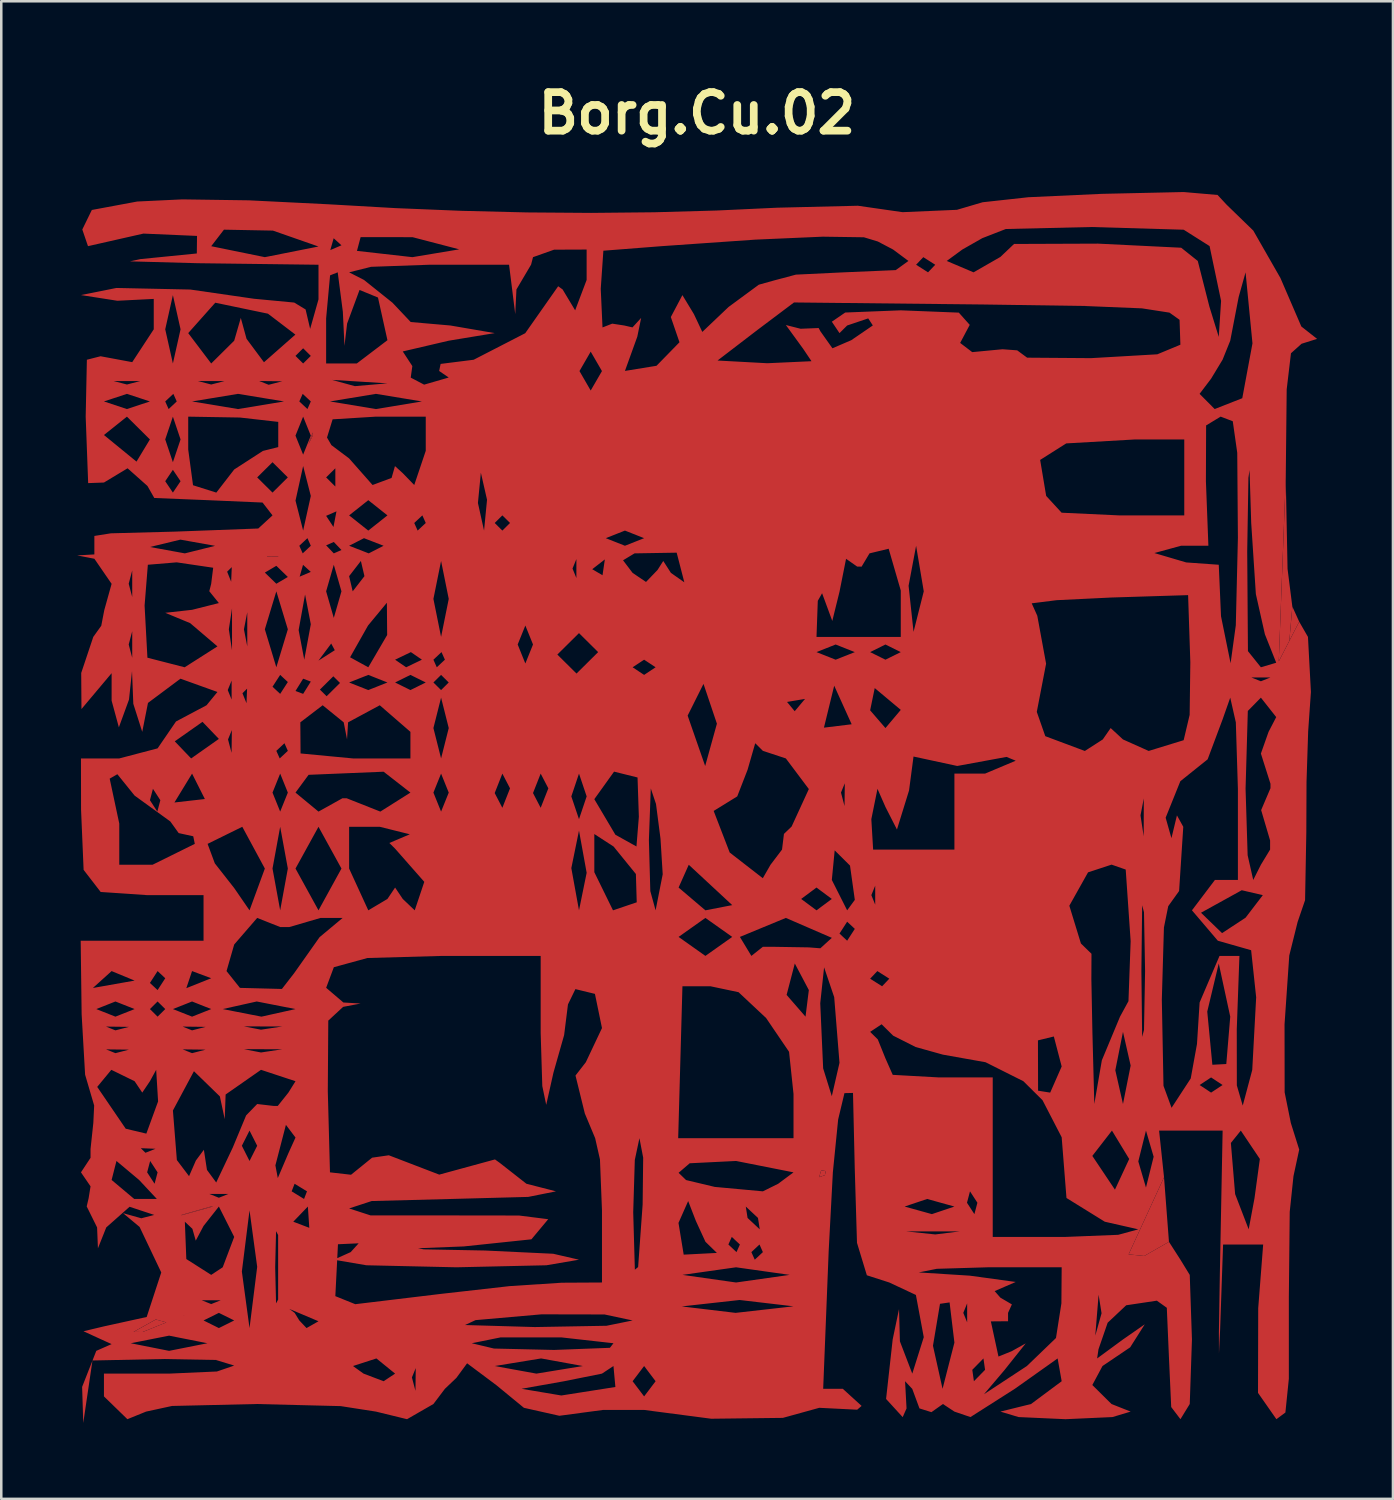
<source format=kicad_pcb>
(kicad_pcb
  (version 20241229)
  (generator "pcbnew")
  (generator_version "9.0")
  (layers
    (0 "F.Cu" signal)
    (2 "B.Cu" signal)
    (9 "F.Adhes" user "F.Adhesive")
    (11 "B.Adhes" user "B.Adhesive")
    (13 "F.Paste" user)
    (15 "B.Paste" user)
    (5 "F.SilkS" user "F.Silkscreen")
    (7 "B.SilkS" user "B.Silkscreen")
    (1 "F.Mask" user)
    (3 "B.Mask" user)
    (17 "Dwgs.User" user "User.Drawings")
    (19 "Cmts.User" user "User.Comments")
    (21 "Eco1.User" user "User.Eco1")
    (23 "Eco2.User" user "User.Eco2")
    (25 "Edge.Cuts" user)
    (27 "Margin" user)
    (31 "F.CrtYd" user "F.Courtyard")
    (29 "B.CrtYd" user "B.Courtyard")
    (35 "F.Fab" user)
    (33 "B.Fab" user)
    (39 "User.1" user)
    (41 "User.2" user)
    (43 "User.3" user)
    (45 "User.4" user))
  (footprint "Borg.Cu.02"
    (layer "F.Cu")
    (at 24.504 28.923)
    (property "Reference" "Borg.Cu.02" (at 0 -27.496 0) (layer "F.SilkS") (effects (font (size 1.524 1.524) (thickness 0.305))))
    (attr smd)
    (fp_poly (pts (xy -24.307 22.865) (xy -23.747 21.439) (xy -12.671 21.739) (xy -13.598 22.039) (xy -13.179 22.339) (xy -12.386 22.64) (xy -11.932 22.339) (xy -12.671 21.739) (xy -23.747 21.439) (xy -6.158 21.739) (xy -7.994 22.039) (xy -6.345 22.339) (xy -4.51 22.039) (xy -6.158 21.739) (xy -23.747 21.439) (xy -22.384 21.138) (xy -20.869 21.439) (xy -19.354 21.138) (xy -20.869 20.838) (xy -22.384 21.138) (xy -23.747 21.439) (xy -18.9 19.937) (xy -19.506 20.237) (xy -18.9 20.538) (xy -18.294 20.237) (xy -18.9 19.937) (xy -23.747 21.439) (xy -18.824 19.438) (xy -19.581 19.438) (xy -19.203 19.589) (xy -18.824 19.438) (xy -23.747 21.439) (xy -23.141 21.172) (xy -17.991 18.303) (xy -17.688 20.538) (xy -17.385 18.117) (xy -17.688 15.883) (xy -17.991 18.303) (xy -23.141 21.172) (xy -19.203 18.435) (xy -18.748 18.135) (xy -18.294 16.934) (xy -18.9 15.733) (xy -19.506 16.501) (xy -19.814 17.081) (xy -19.947 16.613) (xy -20.245 16.333) (xy -20.187 17.809) (xy -19.203 18.435) (xy -23.141 21.172) (xy -23.639 20.946) (xy -15.434 20.538) (xy -14.961 20.269) (xy -16.116 19.78) (xy -15.903 19.937) (xy -15.719 20.237) (xy -15.434 20.538) (xy -23.639 20.946) (xy -8.751 20.224) (xy -9.167 20.418) (xy -6.403 20.498) (xy -3.572 20.447) (xy -2.541 20.237) (xy -2.541 20.237) (xy -3.652 20) (xy -6.143 19.995) (xy -8.751 20.224) (xy -23.639 20.946) (xy -24.253 20.664) (xy -5.365 20.906) (xy -7.756 20.906) (xy -8.902 21.138) (xy -8.022 21.348) (xy -5.646 21.403) (xy -3.439 21.319) (xy -3.298 21.138) (xy -5.365 20.906) (xy -24.253 20.664) (xy -23.452 20.473) (xy -21.754 20.1) (xy -11.127 23.021) (xy -11.116 22.12) (xy -11.116 22.12) (xy -11.267 22.49) (xy -11.127 23.021) (xy -21.754 20.1) (xy -19.493 13.488) (xy -19.371 14.284) (xy -19.005 14.782) (xy -18.352 13.403) (xy -17.822 12.129) (xy -17.385 11.679) (xy -16.744 11.754) (xy -16.57 11.754) (xy -16.151 11.228) (xy -15.87 10.778) (xy -17.234 10.327) (xy -18.633 11.303) (xy -18.668 12.279) (xy -18.861 11.378) (xy -19.886 10.382) (xy -20.717 11.935) (xy -20.561 13.895) (xy -20.079 14.532) (xy -19.809 13.913) (xy -19.493 13.488) (xy -21.754 20.1) (xy -21.178 18.339) (xy -21.352 15.433) (xy -22.054 14.682) (xy -22.949 13.931) (xy -23.141 14.682) (xy -22.247 15.433) (xy -21.352 15.433) (xy -21.178 18.339) (xy -21.323 14.381) (xy -21.617 13.931) (xy -21.736 14.381) (xy -21.442 14.832) (xy -21.323 14.381) (xy -21.178 18.339) (xy -21.303 11.576) (xy -21.379 10.327) (xy -21.626 10.778) (xy -21.929 11.228) (xy -22.232 10.778) (xy -23.152 10.327) (xy -23.71 11.003) (xy -22.583 12.656) (xy -21.768 12.85) (xy -21.303 11.576) (xy -21.178 18.339) (xy -21.02 7.925) (xy -21.323 7.625) (xy -21.626 7.925) (xy -21.323 8.225) (xy -21.02 7.925) (xy -21.178 18.339) (xy -20.717 7.925) (xy -19.96 8.225) (xy -19.203 7.925) (xy -19.96 7.625) (xy -20.717 7.925) (xy -21.178 18.339) (xy -22.034 16.54) (xy -14.507 14.381) (xy -13.674 14.476) (xy -12.841 13.801) (xy -12.18 13.706) (xy -10.186 14.471) (xy -7.983 13.87) (xy -7.794 14.006) (xy -6.74 14.832) (xy -5.57 15.132) (xy -6.668 15.352) (xy -9.66 15.432) (xy -12.856 15.515) (xy -13.75 15.808) (xy -12.907 16.082) (xy -9.812 16.084) (xy -7.031 16.088) (xy -5.878 16.234) (xy -6.542 17.029) (xy -9.216 17.31) (xy -11.026 17.382) (xy -10.801 17.425) (xy -8.372 17.472) (xy -5.68 17.6) (xy -4.661 17.835) (xy -5.949 18.055) (xy -9.508 18.135) (xy -13.068 18.055) (xy -14.356 17.835) (xy -13.689 17.535) (xy -13.373 17.187) (xy -14.191 17.224) (xy -14.295 19.276) (xy -13.507 19.594) (xy -10.114 19.186) (xy -10.114 19.186) (xy -7.401 18.879) (xy -5.343 18.745) (xy -3.752 18.736) (xy -3.752 15.883) (xy -3.832 13.868) (xy -4.022 13.03) (xy -4.43 12.054) (xy -4.799 10.553) (xy -4.391 10.027) (xy -3.752 8.676) (xy -4.031 7.324) (xy -4.803 7.136) (xy -5.097 7.741) (xy -5.249 8.954) (xy -5.67 10.435) (xy -5.957 11.712) (xy -6.112 10.968) (xy -6.176 8.876) (xy -6.176 5.823) (xy -10.054 5.823) (xy -13.026 5.906) (xy -14.354 6.27) (xy -14.658 7.084) (xy -13.977 7.665) (xy -13.295 7.706) (xy -13.987 7.838) (xy -14.574 8.381) (xy -14.593 11.175) (xy -14.507 14.381) (xy -22.034 16.54) (xy -19.278 15.234) (xy -18.9 15.385) (xy -18.521 15.234) (xy -19.278 15.234) (xy -22.034 16.54) (xy -16.57 14.607) (xy -16.154 13.631) (xy -15.87 13.005) (xy -16.249 12.503) (xy -16.665 14.105) (xy -16.57 14.607) (xy -22.034 16.54) (xy -15.906 14.832) (xy -16.022 15.132) (xy -15.532 15.433) (xy -15.416 15.132) (xy -15.906 14.832) (xy -22.034 16.54) (xy -22.687 15.995) (xy -21.967 16.197) (xy -21.455 16.065) (xy -20.333 9.519) (xy -19.96 9.668) (xy -19.424 9.53) (xy -19.424 9.53) (xy -20.333 9.519) (xy -21.455 16.065) (xy -22.43 15.742) (xy -23.353 16.559) (xy -23.682 17.385) (xy -23.747 7.925) (xy -22.99 8.225) (xy -22.232 7.925) (xy -22.99 7.625) (xy -23.747 7.925) (xy -23.682 17.385) (xy -23.881 7.091) (xy -22.232 6.799) (xy -23.141 6.423) (xy -23.881 7.091) (xy -23.682 17.385) (xy -23.715 16.559) (xy -24.126 15.728) (xy -15.381 15.733) (xy -15.958 16.333) (xy -15.325 16.574) (xy -15.381 15.733) (xy -24.126 15.728) (xy -24.05 15.405) (xy -23.974 14.934) (xy -24.353 14.381) (xy -21.986 13.426) (xy -21.803 13.607) (xy -21.405 13.449) (xy -21.986 13.426) (xy -24.353 14.381) (xy -23.974 13.806) (xy -23.974 13.456) (xy -23.864 12.429) (xy -23.831 11.738) (xy -23.362 8.618) (xy -22.99 8.767) (xy -22.454 8.629) (xy -22.454 8.629) (xy -23.362 8.618) (xy -23.831 11.738) (xy -24.189 10.519) (xy -22.454 9.53) (xy -23.362 9.519) (xy -22.99 9.668) (xy -22.454 9.53) (xy -22.454 9.53) (xy -24.189 10.519) (xy -20.333 8.618) (xy -19.96 8.767) (xy -19.424 8.629) (xy -19.424 8.629) (xy -20.333 8.618) (xy -24.189 10.519) (xy -17.911 8.61) (xy -17.234 8.74) (xy -16.396 8.614) (xy -16.396 8.614) (xy -17.911 8.61) (xy -24.189 10.519) (xy -15.87 7.925) (xy -17.403 7.625) (xy -18.748 7.925) (xy -17.216 8.225) (xy -15.87 7.925) (xy -24.189 10.519) (xy -24.326 8.134) (xy -16.396 9.515) (xy -17.911 9.511) (xy -17.234 9.641) (xy -16.396 9.515) (xy -16.396 9.515) (xy -24.326 8.134) (xy -21.323 6.423) (xy -21.626 6.892) (xy -21.323 7.174) (xy -21.02 6.706) (xy -21.323 6.423) (xy -24.326 8.134) (xy -24.364 5.222) (xy -19.96 6.423) (xy -20.187 7.099) (xy -19.203 6.706) (xy -19.96 6.423) (xy -24.364 5.222) (xy -18.294 5.372) (xy -18.597 6.423) (xy -18.067 7.087) (xy -16.408 7.13) (xy -15.926 6.509) (xy -14.918 5.082) (xy -14.006 4.321) (xy -14.878 4.321) (xy -16.113 4.682) (xy -16.476 4.682) (xy -17.385 4.321) (xy -18.294 5.372) (xy -24.364 5.222) (xy -21.935 5.222) (xy -19.506 5.222) (xy -19.346 1.393) (xy -19.06 2.164) (xy -18.294 3.14) (xy -17.688 4.021) (xy -17.082 2.369) (xy -17.974 0.718) (xy -19.346 1.393) (xy -19.506 5.222) (xy -19.454 -0.38) (xy -19.96 -1.385) (xy -20.657 -0.243) (xy -19.454 -0.38) (xy -19.506 5.222) (xy -19.506 4.321) (xy -16.476 4.021) (xy -16.173 2.369) (xy -16.476 0.718) (xy -16.779 2.369) (xy -16.476 4.021) (xy -19.506 4.321) (xy -14.961 4.021) (xy -14.053 2.369) (xy -14.961 0.718) (xy -15.87 2.369) (xy -14.961 4.021) (xy -19.506 4.321) (xy -11.156 4.021) (xy -10.778 2.895) (xy -11.932 1.583) (xy -12.159 1.358) (xy -11.35 1.014) (xy -12.538 0.718) (xy -13.75 0.718) (xy -13.75 2.369) (xy -12.992 4.021) (xy -12.235 3.571) (xy -11.932 3.12) (xy -11.629 3.571) (xy -11.156 4.021) (xy -19.506 4.321) (xy -4.661 4.021) (xy -4.358 2.537) (xy -4.661 0.868) (xy -4.964 2.352) (xy -4.661 4.021) (xy -19.506 4.321) (xy -3.316 4.021) (xy -2.378 3.704) (xy -2.411 2.585) (xy -3.294 1.498) (xy -4.055 1.004) (xy -4.055 2.513) (xy -3.316 4.021) (xy -19.506 4.321) (xy -1.632 4.021) (xy -1.351 2.595) (xy -1.438 1.19) (xy -1.616 -0.183) (xy -1.822 -0.8) (xy -1.897 1.243) (xy -1.841 3.261) (xy -1.632 4.021) (xy -19.506 4.321) (xy 0.337 4.021) (xy 1.398 3.815) (xy -0.321 2.219) (xy -0.723 3.12) (xy 0.337 4.021) (xy -19.506 4.321) (xy 4.73 4.021) (xy 5.336 3.571) (xy 4.73 3.12) (xy 4.124 3.571) (xy 4.73 4.021) (xy -19.506 4.321) (xy 5.942 4.021) (xy 6.245 3.608) (xy 6.055 2.252) (xy 5.449 1.65) (xy 5.336 2.82) (xy 5.639 3.42) (xy 5.942 4.021) (xy -19.506 4.321) (xy -19.506 3.42) (xy -19.852 1.393) (xy -19.913 1.093) (xy -20.489 0.967) (xy -20.82 0.507) (xy -22.232 -0.516) (xy -22.914 -1.361) (xy -23.217 -1.186) (xy -22.838 0.592) (xy -22.838 2.219) (xy -21.523 2.219) (xy -19.852 1.393) (xy -19.506 3.42) (xy -21.742 3.42) (xy -16.476 -1.385) (xy -16.779 -0.634) (xy -16.476 0.117) (xy -16.173 -0.634) (xy -16.476 -1.385) (xy -21.742 3.42) (xy -16.173 -2.285) (xy -16.307 -2.586) (xy -16.628 -2.285) (xy -16.494 -1.985) (xy -16.173 -2.285) (xy -21.742 3.42) (xy -15.67 -2.182) (xy -13.598 -1.985) (xy -11.326 -1.985) (xy -11.326 -3.036) (xy -12.538 -4.087) (xy -13.791 -3.412) (xy -13.832 -2.736) (xy -13.964 -3.412) (xy -14.796 -4.087) (xy -15.679 -3.412) (xy -15.67 -2.182) (xy -21.742 3.42) (xy -23.573 3.296) (xy -24.248 2.421) (xy -24.349 0.042) (xy -24.353 -1.985) (xy 2.004 -1.535) (xy 1.596 -0.484) (xy 0.664 0.091) (xy 1.298 1.735) (xy 2.607 2.751) (xy 2.912 2.219) (xy 3.367 1.619) (xy 3.443 0.999) (xy 3.746 0.708) (xy 4.427 -0.774) (xy 3.518 -1.985) (xy 2.61 -2.285) (xy 2.307 -2.586) (xy 2.004 -1.535) (xy -24.353 -1.985) (xy -3.274 -1.463) (xy -4.055 -0.374) (xy -3.222 1.032) (xy -2.389 1.496) (xy -2.294 0.322) (xy -2.346 -1.232) (xy -3.274 -1.463) (xy -24.353 -1.985) (xy -4.661 -1.385) (xy -4.964 -0.484) (xy -4.661 0.417) (xy -4.358 -0.484) (xy -4.661 -1.385) (xy -24.353 -1.985) (xy -21.507 -0.784) (xy -21.626 -0.333) (xy -21.333 0.117) (xy -21.214 -0.333) (xy -21.507 -0.784) (xy -24.353 -1.985) (xy -12.386 -1.46) (xy -15.352 -1.337) (xy -15.87 -0.634) (xy -14.961 0.117) (xy -14.017 -0.409) (xy -13.844 -0.409) (xy -12.516 0.117) (xy -11.326 -0.634) (xy -12.386 -1.46) (xy -24.353 -1.985) (xy -10.114 -1.385) (xy -10.417 -0.634) (xy -10.114 0.117) (xy -9.811 -0.634) (xy -10.114 -1.385) (xy -24.353 -1.985) (xy -7.691 -1.385) (xy -7.994 -0.616) (xy -7.691 -0.033) (xy -7.388 -0.802) (xy -7.691 -1.385) (xy -24.353 -1.985) (xy -6.176 -1.385) (xy -6.479 -0.616) (xy -6.176 -0.033) (xy -5.873 -0.802) (xy -6.176 -1.385) (xy -24.353 -1.985) (xy 0.328 -1.685) (xy 0.792 -3.359) (xy 0.262 -4.933) (xy -0.365 -3.678) (xy 0.328 -1.685) (xy -24.353 -1.985) (xy -22.838 -1.985) (xy -19.997 -1.985) (xy -18.9 -2.757) (xy -19.547 -3.432) (xy -20.644 -2.661) (xy -19.997 -1.985) (xy -22.838 -1.985) (xy -21.323 -2.383) (xy -18.549 -4.688) (xy -18.396 -4.313) (xy -18.396 -5.063) (xy -18.549 -4.688) (xy -21.323 -2.383) (xy -17.967 -4.563) (xy -17.808 -4.169) (xy -17.784 -4.744) (xy -17.784 -4.744) (xy -17.967 -4.563) (xy -21.323 -2.383) (xy -20.595 -3.446) (xy -15.87 -4.652) (xy -15.568 -4.538) (xy -15.265 -5.024) (xy -15.568 -5.138) (xy -15.87 -4.652) (xy -20.595 -3.446) (xy -14.64 -4.444) (xy -14.11 -4.969) (xy -14.375 -5.232) (xy -14.905 -4.707) (xy -14.64 -4.444) (xy -20.595 -3.446) (xy -12.992 -4.688) (xy -12.235 -4.988) (xy -12.992 -5.288) (xy -13.75 -4.988) (xy -12.992 -4.688) (xy -20.595 -3.446) (xy -11.326 -4.688) (xy -10.72 -4.988) (xy -11.326 -5.288) (xy -11.932 -4.988) (xy -11.326 -4.688) (xy -20.595 -3.446) (xy -10.114 -4.688) (xy -9.812 -4.988) (xy -10.114 -5.288) (xy -10.417 -4.988) (xy -10.114 -4.688) (xy -20.595 -3.446) (xy -19.388 -4.087) (xy -18.387 -3.106) (xy -18.538 -2.736) (xy -18.398 -2.205) (xy -18.387 -3.106) (xy -18.387 -3.106) (xy -19.388 -4.087) (xy -10.114 -4.388) (xy -10.417 -3.186) (xy -10.114 -1.985) (xy -9.811 -3.186) (xy -10.114 -4.388) (xy -19.388 -4.087) (xy -18.957 -4.613) (xy -22.326 -5.964) (xy -22.326 -7.015) (xy -22.465 -6.49) (xy -22.326 -5.964) (xy -18.957 -4.613) (xy -18.956 -6.415) (xy -20.036 -7.335) (xy -21.021 -7.743) (xy -19.96 -7.861) (xy -18.9 -8.128) (xy -19.279 -8.596) (xy -19.205 -8.884) (xy -19.125 -9.525) (xy -20.567 -9.738) (xy -21.708 -9.643) (xy -21.837 -8.03) (xy -21.725 -5.968) (xy -20.253 -5.589) (xy -18.956 -6.415) (xy -18.957 -4.613) (xy -18.38 -7.916) (xy -18.506 -7.09) (xy -18.38 -6.264) (xy -18.38 -7.916) (xy -18.957 -4.613) (xy -17.082 -7.09) (xy -16.628 -5.589) (xy -16.173 -7.09) (xy -16.628 -8.592) (xy -17.082 -7.09) (xy -18.957 -4.613) (xy -17.777 -7.766) (xy -17.909 -7.09) (xy -17.777 -6.415) (xy -17.777 -7.766) (xy -18.957 -4.613) (xy -18.573 -9.368) (xy -18.414 -8.973) (xy -18.39 -9.549) (xy -18.39 -9.549) (xy -18.573 -9.368) (xy -18.957 -4.613) (xy -15.265 -14.748) (xy -15.568 -15.499) (xy -15.871 -14.748) (xy -15.568 -13.997) (xy -15.265 -14.748) (xy -18.957 -4.613) (xy -14.425 -16.952) (xy -13.523 -16.705) (xy -12.235 -16.816) (xy -14.425 -16.952) (xy -18.957 -4.613) (xy -20.419 -5.138) (xy -16.476 -5.288) (xy -16.779 -4.82) (xy -16.476 -4.538) (xy -16.173 -5.006) (xy -16.476 -5.288) (xy -20.419 -5.138) (xy -12.992 -5.589) (xy -12.246 -6.865) (xy -12.246 -6.865) (xy -12.257 -8.141) (xy -13.002 -7.24) (xy -13.712 -5.984) (xy -12.992 -5.589) (xy -20.419 -5.138) (xy -11.496 -5.589) (xy -10.872 -5.889) (xy -11.308 -6.189) (xy -11.932 -5.889) (xy -11.496 -5.589) (xy -20.419 -5.138) (xy -10.284 -5.589) (xy -9.963 -5.889) (xy -10.097 -6.189) (xy -10.417 -5.889) (xy -10.284 -5.589) (xy -20.419 -5.138) (xy -6.782 -5.739) (xy -6.479 -6.49) (xy -6.782 -7.24) (xy -7.085 -6.49) (xy -6.782 -5.739) (xy -20.419 -5.138) (xy -21.703 -4.18) (xy -22.326 -9.418) (xy -22.465 -8.892) (xy -22.326 -8.367) (xy -22.326 -9.418) (xy -21.703 -4.18) (xy -21.93 -3.036) (xy -22.283 -4.145) (xy -22.334 -5.439) (xy -4.759 -5.341) (xy -3.904 -6.189) (xy -4.661 -6.94) (xy -5.517 -6.092) (xy -4.759 -5.341) (xy -22.334 -5.439) (xy -2.086 -5.288) (xy -1.632 -5.589) (xy -2.086 -5.889) (xy -2.541 -5.589) (xy -2.086 -5.288) (xy -22.334 -5.439) (xy -21.626 -10.345) (xy -20.245 -10.093) (xy -19.05 -10.391) (xy -20.421 -10.636) (xy -21.626 -10.345) (xy -22.334 -5.439) (xy -22.453 -4.313) (xy -22.854 -3.215) (xy -23.141 -4.271) (xy -23.141 -5.355) (xy -23.737 -4.646) (xy -24.333 -3.937) (xy -24.343 -5.364) (xy -23.866 -6.79) (xy -23.55 -7.231) (xy -23.431 -7.849) (xy -23.141 -8.889) (xy -23.823 -9.881) (xy -10.114 -9.793) (xy -10.417 -8.292) (xy -10.114 -6.79) (xy -9.811 -8.292) (xy -10.114 -9.793) (xy -23.823 -9.881) (xy 7.583 -10.276) (xy 6.826 -10.093) (xy 6.513 -9.568) (xy 6.338 -9.571) (xy 5.899 -9.878) (xy 5.639 -8.574) (xy 5.354 -7.421) (xy 4.951 -8.517) (xy 4.781 -8.216) (xy 4.73 -6.79) (xy 6.396 -6.79) (xy 8.062 -6.79) (xy 8.062 -8.624) (xy 8.062 -8.624) (xy 7.583 -10.276) (xy -23.823 -9.881) (xy 8.668 -10.394) (xy 8.371 -8.812) (xy 8.567 -6.99) (xy 8.971 -8.592) (xy 8.668 -10.394) (xy -23.823 -9.881) (xy -14.356 -9.643) (xy -14.659 -8.592) (xy -14.356 -7.541) (xy -14.053 -8.592) (xy -14.356 -9.643) (xy -23.823 -9.881) (xy -13.285 -9.793) (xy -13.75 -9.192) (xy -13.609 -8.592) (xy -13.144 -9.192) (xy -13.285 -9.793) (xy -23.823 -9.881) (xy -16.628 -9.601) (xy -17.082 -9.333) (xy -16.628 -8.892) (xy -16.173 -9.16) (xy -16.628 -9.601) (xy -23.823 -9.881) (xy -15.572 -9.64) (xy -15.706 -9.172) (xy -15.265 -9.36) (xy -15.572 -9.64) (xy -23.823 -9.881) (xy -4.764 -9.868) (xy -4.917 -9.493) (xy -4.764 -9.117) (xy -4.764 -9.868) (xy -23.823 -9.881) (xy -0.799 -10.121) (xy -2.465 -10.093) (xy -2.919 -9.819) (xy -2.541 -9.321) (xy -2.011 -8.963) (xy -1.556 -9.436) (xy -1.329 -9.793) (xy -1.026 -9.321) (xy -0.496 -8.949) (xy -0.799 -10.121) (xy -23.823 -9.881) (xy -15.585 -10.093) (xy -15.265 -10.394) (xy -15.398 -10.694) (xy -15.719 -10.394) (xy -15.585 -10.093) (xy -23.823 -9.881) (xy -14.356 -10.093) (xy -14.053 -10.226) (xy -14.356 -10.544) (xy -14.659 -10.411) (xy -14.356 -10.093) (xy -23.823 -9.881) (xy -12.975 -10.093) (xy -12.387 -10.394) (xy -13.162 -10.694) (xy -13.75 -10.394) (xy -12.975 -10.093) (xy -23.823 -9.881) (xy -24.504 -10.012) (xy -23.823 -10.052) (xy -23.823 -10.782) (xy -2.844 -10.994) (xy -3.601 -10.694) (xy -2.844 -10.394) (xy -2.086 -10.694) (xy -2.844 -10.994) (xy -23.823 -10.782) (xy -15.568 -10.994) (xy -15.265 -12.363) (xy -15.568 -13.547) (xy -15.87 -12.178) (xy -15.568 -10.994) (xy -23.823 -10.782) (xy -12.992 -10.994) (xy -12.235 -11.595) (xy -12.992 -12.196) (xy -13.75 -11.595) (xy -12.992 -10.994) (xy -23.823 -10.782) (xy -11.041 -10.994) (xy -10.72 -11.295) (xy -10.854 -11.595) (xy -11.175 -11.295) (xy -11.041 -10.994) (xy -23.823 -10.782) (xy -8.415 -10.994) (xy -8.297 -12.213) (xy -8.541 -13.283) (xy -8.657 -12.085) (xy -8.415 -10.994) (xy -23.823 -10.782) (xy -7.691 -10.994) (xy -7.388 -11.295) (xy -7.691 -11.595) (xy -7.994 -11.295) (xy -7.691 -10.994) (xy -23.823 -10.782) (xy -23.169 -10.886) (xy -20.642 -10.953) (xy -17.343 -11.076) (xy -15.492 -8.467) (xy -15.746 -7.06) (xy -15.524 -5.889) (xy -15.265 -7.291) (xy -15.492 -8.467) (xy -17.343 -11.076) (xy -3.639 -9.854) (xy -4.137 -9.467) (xy -3.731 -9.228) (xy -3.639 -9.854) (xy -17.343 -11.076) (xy -16.779 -11.595) (xy -16.174 -13.097) (xy -16.779 -13.697) (xy -17.385 -13.097) (xy -16.779 -12.496) (xy -16.174 -13.097) (xy -16.779 -11.595) (xy -14.507 -16.1) (xy -12.69 -15.799) (xy -10.872 -16.1) (xy -12.69 -16.4) (xy -14.507 -16.1) (xy -16.779 -11.595) (xy -17.173 -12.103) (xy -20.718 -12.496) (xy -20.415 -12.946) (xy -20.718 -13.397) (xy -21.021 -12.946) (xy -20.718 -12.496) (xy -17.173 -12.103) (xy -18.294 -13.41) (xy -17.158 -14.144) (xy -16.552 -14.295) (xy -16.552 -15.292) (xy -18.067 -15.464) (xy -20.112 -15.499) (xy -20.112 -14.198) (xy -19.922 -12.787) (xy -19.001 -12.496) (xy -18.294 -13.41) (xy -17.173 -12.103) (xy -19.326 -12.196) (xy -21.454 -12.283) (xy -21.627 -14.598) (xy -22.535 -15.499) (xy -23.444 -14.773) (xy -22.157 -13.721) (xy -21.627 -14.598) (xy -21.454 -12.283) (xy -21.021 -14.598) (xy -20.718 -13.697) (xy -20.415 -14.598) (xy -20.718 -15.499) (xy -21.021 -14.598) (xy -21.454 -12.283) (xy -21.627 -16.1) (xy -22.535 -16.4) (xy -23.444 -16.1) (xy -22.535 -15.799) (xy -21.627 -16.1) (xy -21.454 -12.283) (xy -21.021 -16.1) (xy -20.887 -15.799) (xy -20.566 -16.1) (xy -20.7 -16.4) (xy -21.021 -16.1) (xy -21.454 -12.283) (xy -21.021 -18.952) (xy -20.718 -17.601) (xy -20.415 -18.952) (xy -20.718 -20.304) (xy -21.021 -18.952) (xy -21.454 -12.283) (xy -21.724 -12.758) (xy -22.51 -13.457) (xy -23.444 -12.894) (xy -24.068 -12.871) (xy -24.166 -15.499) (xy -18.143 -15.799) (xy -16.325 -16.1) (xy -18.143 -16.4) (xy -19.96 -16.1) (xy -18.143 -15.799) (xy -24.166 -15.499) (xy -15.398 -15.799) (xy -15.265 -16.1) (xy -15.586 -16.4) (xy -15.719 -16.1) (xy -15.398 -15.799) (xy -24.166 -15.499) (xy -23.066 -16.907) (xy -22.535 -16.77) (xy -22.005 -16.907) (xy -23.066 -16.907) (xy -24.166 -15.499) (xy -24.119 -17.749) (xy -18.673 -16.907) (xy -19.733 -16.907) (xy -19.203 -16.77) (xy -18.673 -16.907) (xy -24.119 -17.749) (xy -16.395 -16.897) (xy -17.304 -16.908) (xy -16.931 -16.759) (xy -16.395 -16.897) (xy -16.395 -16.897) (xy -24.119 -17.749) (xy -11.314 -17.042) (xy -10.784 -16.764) (xy -9.812 -17.046) (xy -10.19 -17.305) (xy -10.132 -17.584) (xy -8.825 -17.749) (xy -6.787 -18.798) (xy -5.484 -20.655) (xy -5.309 -20.529) (xy -4.813 -19.703) (xy -4.359 -20.904) (xy -4.359 -22.106) (xy -5.646 -22.101) (xy -6.479 -21.805) (xy -6.555 -21.51) (xy -7.134 -20.529) (xy -7.182 -19.553) (xy -7.304 -20.529) (xy -7.426 -21.505) (xy -10.588 -21.505) (xy -12.884 -21.423) (xy -13.75 -21.205) (xy -13.161 -20.904) (xy -12.036 -20.004) (xy -11.314 -19.24) (xy -9.746 -19.103) (xy -7.994 -18.802) (xy -9.812 -18.502) (xy -11.629 -18.077) (xy -11.251 -17.499) (xy -11.314 -17.042) (xy -24.119 -17.749) (xy -23.578 -17.887) (xy -22.326 -17.654) (xy -21.475 -18.952) (xy -21.475 -20.154) (xy -22.914 -20.081) (xy -24.353 -20.306) (xy -22.952 -20.587) (xy -20.031 -20.525) (xy -16.959 -19.57) (xy -19.042 -20.004) (xy -20.112 -18.802) (xy -19.203 -17.601) (xy -18.294 -18.502) (xy -18.033 -19.403) (xy -17.806 -18.577) (xy -17.117 -17.65) (xy -15.875 -18.743) (xy -16.959 -19.57) (xy -20.031 -20.525) (xy -17.509 -20.16) (xy -15.921 -20.01) (xy -14.403 -15.393) (xy -14.624 -14.673) (xy -14.45 -14.373) (xy -13.75 -13.847) (xy -12.823 -12.796) (xy -12.071 -13.076) (xy -11.937 -13.544) (xy -11.629 -13.264) (xy -11.175 -12.796) (xy -10.72 -14.148) (xy -10.72 -15.499) (xy -12.69 -15.499) (xy -14.403 -15.393) (xy -15.921 -20.01) (xy -15.265 -17.901) (xy -15.568 -18.202) (xy -15.871 -17.901) (xy -15.568 -17.601) (xy -15.265 -17.901) (xy -15.921 -20.01) (xy -14.659 -17.601) (xy -13.447 -17.601) (xy -12.235 -18.522) (xy -12.609 -20.209) (xy -13.338 -20.508) (xy -13.83 -19.178) (xy -13.934 -18.296) (xy -13.998 -19.646) (xy -14.201 -21.205) (xy -14.503 -21.086) (xy -14.659 -19.385) (xy -14.659 -17.601) (xy -15.921 -20.01) (xy -15.471 -19.737) (xy -14.659 -13.097) (xy -14.295 -12.736) (xy -14.295 -13.457) (xy -14.659 -13.097) (xy -15.471 -19.737) (xy -15.291 -18.969) (xy -14.962 -5.852) (xy -14.317 -6.264) (xy -14.458 -6.528) (xy -14.962 -5.852) (xy -15.291 -18.969) (xy -14.659 -11.577) (xy -14.369 -11.136) (xy -14.25 -11.755) (xy -14.659 -11.577) (xy -15.291 -18.969) (xy -14.961 -20.136) (xy -14.053 -22.274) (xy -14.361 -22.553) (xy -14.494 -22.085) (xy -14.053 -22.274) (xy -14.961 -20.136) (xy -14.961 -21.505) (xy -14.962 -22.226) (xy -16.763 -22.855) (xy -18.699 -22.892) (xy -19.203 -22.238) (xy -17.082 -21.805) (xy -14.962 -22.226) (xy -14.961 -21.505) (xy -13.295 -22.598) (xy -13.44 -22.053) (xy -11.248 -21.805) (xy -9.396 -22.114) (xy -11.241 -22.595) (xy -13.295 -22.598) (xy -14.961 -21.505) (xy -19.733 -21.566) (xy -22.412 -21.639) (xy -22.005 -21.728) (xy -19.772 -21.951) (xy -19.764 -22.645) (xy -21.883 -22.737) (xy -24.075 -22.24) (xy -24.3 -22.899) (xy 15.593 -22.997) (xy 12.217 -22.919) (xy 11.285 -22.556) (xy 10.495 -22.106) (xy 9.88 -21.655) (xy 10.94 -21.205) (xy 12.001 -21.814) (xy 12.541 -22.327) (xy 15.859 -22.34) (xy 19.15 -22.178) (xy 19.805 -21.655) (xy 20.264 -19.853) (xy 20.635 -18.652) (xy 20.727 -20.076) (xy 20.272 -22.243) (xy 19.249 -22.89) (xy 15.593 -22.997) (xy -24.3 -22.899) (xy -23.923 -23.671) (xy 6.605 -22.591) (xy 4.98 -22.615) (xy 2.31 -22.498) (xy -1.377 -22.241) (xy -3.697 -22.06) (xy -3.801 -20.553) (xy -3.731 -19.026) (xy -3.347 -19.176) (xy -2.872 -19.103) (xy -2.546 -19.028) (xy -2.203 -19.403) (xy -2.355 -18.663) (xy -2.844 -17.307) (xy -1.596 -17.51) (xy -0.688 -18.44) (xy -1.03 -19.437) (xy -0.572 -20.304) (xy -0.117 -19.553) (xy 0.215 -18.849) (xy 1.253 -19.836) (xy 2.449 -20.716) (xy 3.051 -20.884) (xy 3.915 -21.114) (xy 5.808 -21.205) (xy 7.863 -21.293) (xy 8.365 -21.655) (xy 7.759 -22.106) (xy 7.153 -22.425) (xy 6.605 -22.591) (xy -23.923 -23.671) (xy -22.127 -24.005) (xy -20.344 -24.09) (xy -17.71 -24.052) (xy -14.553 -23.895) (xy -11.914 -23.744) (xy -9.302 -23.637) (xy -6.723 -23.574) (xy -4.181 -23.555) (xy -3.753 -17.301) (xy -4.198 -18.069) (xy -4.642 -17.301) (xy -4.198 -16.532) (xy -3.753 -17.301) (xy -4.181 -23.555) (xy -1.679 -23.58) (xy 0.778 -23.649) (xy 3.186 -23.761) (xy 6.367 -23.838) (xy 9.425 -21.505) (xy 8.953 -21.805) (xy 8.668 -21.505) (xy 9.14 -21.205) (xy 9.425 -21.505) (xy 6.367 -23.838) (xy 8.132 -23.584) (xy 11.296 -19.934) (xy 3.84 -20.014) (xy 2.391 -18.924) (xy 0.817 -17.718) (xy 2.786 -17.611) (xy 4.532 -17.691) (xy 4.2 -18.185) (xy 3.518 -19.122) (xy 4.1 -18.974) (xy 4.815 -19.003) (xy 4.882 -18.877) (xy 5.36 -18.202) (xy 6.106 -18.523) (xy 6.957 -19.105) (xy 6.775 -19.384) (xy 5.942 -19.103) (xy 5.639 -18.802) (xy 5.336 -19.253) (xy 5.866 -19.616) (xy 8.062 -19.703) (xy 10.357 -19.612) (xy 10.789 -19.128) (xy 10.41 -18.414) (xy 10.887 -18.05) (xy 12.083 -18.164) (xy 12.665 -18.121) (xy 13.058 -17.831) (xy 15.581 -17.812) (xy 18.205 -17.964) (xy 19.118 -18.343) (xy 19.085 -19.328) (xy 18.686 -19.612) (xy 17.597 -19.781) (xy 15.305 -19.875) (xy 11.296 -19.934) (xy 8.132 -23.584) (xy 10.282 -23.677) (xy 11.298 -23.976) (xy 13.109 -24.175) (xy 16.003 -24.308) (xy 19.246 -24.38) (xy 21.695 -21.205) (xy 21.422 -20.229) (xy 21.089 -18.502) (xy 20.786 -17.751) (xy 20.332 -17) (xy 19.877 -16.4) (xy 20.474 -15.8) (xy 21.565 -16.228) (xy 21.968 -18.396) (xy 21.695 -21.205) (xy 19.246 -24.38) (xy 20.588 -24.264) (xy 20.947 -23.878) (xy 22.001 -22.855) (xy 22.907 -5.769) (xy 22.459 -6.895) (xy 22.102 -8.484) (xy 21.918 -11.295) (xy 21.852 -13.389) (xy 21.808 -13.081) (xy 21.76 -10.168) (xy 21.789 -6.228) (xy 22.301 -5.589) (xy 22.907 -5.769) (xy 22.001 -22.855) (xy 23.073 -20.981) (xy 22.907 -3.619) (xy 22.301 -4.388) (xy 21.784 -3.862) (xy 21.695 -0.784) (xy 21.777 1.844) (xy 21.998 2.82) (xy 22.301 2.219) (xy 22.301 2.219) (xy 22.665 1.619) (xy 22.665 1.258) (xy 22.311 0.058) (xy 22.68 -0.808) (xy 22.68 -0.983) (xy 22.301 -2.178) (xy 22.604 -3.036) (xy 22.907 -3.619) (xy 23.073 -20.981) (xy 21.392 -10.712) (xy 21.366 -14.07) (xy 21.189 -15.317) (xy 20.71 -15.5) (xy 20.135 -15.152) (xy 20.127 -12.947) (xy 20.225 -10.394) (xy 19.142 -10.394) (xy 18.089 -10.106) (xy 19.347 -9.735) (xy 20.635 -9.643) (xy 20.724 -7.607) (xy 21.103 -5.748) (xy 21.309 -7.25) (xy 21.392 -10.712) (xy 23.073 -20.981) (xy 23.9 -19.064) (xy 24.523 -18.574) (xy 23.909 -18.381) (xy 23.49 -18.005) (xy 23.321 -16.576) (xy 17.34 -14.598) (xy 14.605 -14.441) (xy 13.573 -13.788) (xy 13.811 -12.365) (xy 14.422 -11.701) (xy 16.689 -11.595) (xy 19.271 -11.595) (xy 19.271 -13.097) (xy 19.271 -14.598) (xy 17.34 -14.598) (xy 23.321 -16.576) (xy 23.284 -13.09) (xy 22.26 13.852) (xy 21.507 12.73) (xy 21.114 13.219) (xy 21.282 15.24) (xy 21.818 16.634) (xy 22.048 15.406) (xy 22.26 13.852) (xy 23.284 -13.09) (xy 23.355 -9.481) (xy 23.544 -7.991) (xy 21.959 10.333) (xy 22.114 7.462) (xy 21.915 5.598) (xy 20.598 5.222) (xy 19.575 4.021) (xy 20.483 2.82) (xy 21.392 2.82) (xy 21.392 -0.784) (xy 21.31 -3.412) (xy 21.089 -4.388) (xy 20.786 -3.527) (xy 20.195 -1.949) (xy 19.116 -1.084) (xy 18.535 0.359) (xy 18.764 1.168) (xy 18.982 0.267) (xy 19.232 0.718) (xy 19.067 3.257) (xy 18.637 3.858) (xy 18.467 4.7) (xy 18.384 7.55) (xy 18.45 10.96) (xy 18.769 11.829) (xy 19.527 10.668) (xy 19.774 9.307) (xy 19.878 7.665) (xy 20.665 5.823) (xy 21.452 5.823) (xy 21.347 8.726) (xy 21.35 10.945) (xy 21.583 11.742) (xy 21.959 10.333) (xy 23.544 -7.991) (xy 23.816 -7.391) (xy 22.68 -5.187) (xy 21.922 -5.187) (xy 22.301 -5.036) (xy 22.68 -5.187) (xy 23.816 -7.391) (xy 24.162 -6.79) (xy 22.377 3.421) (xy 21.544 3.226) (xy 19.933 4.116) (xy 20.766 4.922) (xy 21.695 4.312) (xy 22.377 3.421) (xy 24.162 -6.79) (xy 24.279 -4.613) (xy 24.17 -3.053) (xy 24.105 -1.055) (xy 24.097 0.947) (xy 24.048 3.619) (xy 23.753 4.481) (xy 23.423 5.807) (xy 23.236 8.53) (xy 23.24 11.216) (xy 23.485 12.429) (xy 13.667 11.529) (xy 12.91 10.778) (xy 11.413 10.027) (xy 9.729 9.727) (xy 8.651 9.426) (xy 7.76 8.976) (xy 7.305 8.526) (xy 6.851 8.826) (xy 7.154 9.126) (xy 7.457 9.877) (xy 7.744 10.526) (xy 9.577 10.628) (xy 11.698 10.628) (xy 11.698 13.781) (xy 11.698 16.934) (xy 14.576 16.934) (xy 16.659 16.851) (xy 17.454 16.634) (xy 16.129 16.333) (xy 14.614 15.395) (xy 14.424 12.993) (xy 13.667 11.529) (xy 23.485 12.429) (xy 16.412 12.73) (xy 15.636 13.731) (xy 16.53 15.065) (xy 17.094 13.853) (xy 16.412 12.73) (xy 23.485 12.429) (xy 17.757 12.73) (xy 17.454 13.949) (xy 17.757 14.982) (xy 18.06 13.763) (xy 17.757 12.73) (xy 23.485 12.429) (xy 16.848 11.679) (xy 17.151 10.159) (xy 16.848 8.826) (xy 16.545 10.345) (xy 16.848 11.679) (xy 23.485 12.429) (xy 15.714 11.679) (xy 16.012 9.952) (xy 16.731 8.225) (xy 17.065 7.612) (xy 17.151 5.24) (xy 16.956 2.409) (xy 16.397 2.214) (xy 15.467 2.519) (xy 14.727 3.839) (xy 15.185 5.332) (xy 15.603 5.739) (xy 15.598 6.742) (xy 15.639 8.826) (xy 15.714 11.679) (xy 23.485 12.429) (xy 23.816 13.481) (xy 20.332 11.228) (xy 20.786 10.928) (xy 20.332 10.628) (xy 19.878 10.928) (xy 20.332 11.228) (xy 23.816 13.481) (xy 23.589 14.532) (xy 20.382 10.127) (xy 20.933 10.098) (xy 21.089 8.225) (xy 20.635 6.123) (xy 20.18 8.025) (xy 20.382 10.127) (xy 23.589 14.532) (xy 23.441 15.943) (xy 23.406 19.336) (xy 23.406 22.544) (xy 23.27 23.877) (xy 22.914 24.141) (xy 22.187 23.1) (xy 22.195 19.753) (xy 22.391 17.234) (xy 21.598 17.234) (xy 20.806 17.234) (xy 20.688 20.613) (xy 20.643 21.543) (xy 20.64 20.734) (xy 20.679 18.36) (xy 20.788 12.73) (xy 19.532 12.73) (xy 13.491 11.153) (xy 13.97 11.228) (xy 14.424 10.195) (xy 14.424 10.195) (xy 14.114 9.009) (xy 13.486 9.163) (xy 13.491 11.153) (xy 19.532 12.73) (xy 18.276 12.73) (xy 17.679 4.096) (xy 17.606 3.82) (xy 17.576 6.423) (xy 17.606 9.027) (xy 17.679 8.751) (xy 17.722 6.423) (xy 17.679 4.096) (xy 18.276 12.73) (xy 17.671 -0.404) (xy 17.541 0.267) (xy 17.667 1.097) (xy 17.671 -0.404) (xy 17.671 -0.404) (xy 18.276 12.73) (xy 17.864 -2.281) (xy 19.247 -2.706) (xy 19.484 -3.708) (xy 19.511 -5.784) (xy 19.423 -8.442) (xy 16.4 -8.348) (xy 14.225 -8.242) (xy 13.239 -8.118) (xy 13.46 -7.626) (xy 13.808 -5.731) (xy 13.44 -3.826) (xy 13.776 -2.865) (xy 15.34 -2.28) (xy 16.049 -2.736) (xy 16.049 -2.736) (xy 16.361 -3.186) (xy 16.848 -2.736) (xy 17.864 -2.281) (xy 18.276 12.73) (xy 18.471 14.576) (xy 16.001 19.953) (xy 15.884 19.22) (xy 15.753 20.838) (xy 16.001 19.953) (xy 18.471 14.576) (xy 18.666 17.128) (xy 14.413 19.562) (xy 14.424 18.135) (xy 11.496 18.135) (xy 9.488 18.195) (xy 8.772 18.338) (xy 10.791 18.466) (xy 12.607 18.715) (xy 11.774 19.076) (xy 12.001 19.336) (xy 12.455 19.602) (xy 12.304 19.937) (xy 12.304 20.268) (xy 11.624 20.274) (xy 11.925 21.664) (xy 12.445 21.454) (xy 13.003 21.143) (xy 12.152 22.212) (xy 11.352 23.154) (xy 13.048 22.039) (xy 13.048 22.039) (xy 14.199 20.931) (xy 14.413 19.562) (xy 18.666 17.128) (xy 19.12 17.835) (xy 9.426 16.836) (xy 10.404 16.715) (xy 10.404 16.715) (xy 8.283 16.717) (xy 9.426 16.836) (xy 19.12 17.835) (xy 19.488 18.436) (xy 19.575 20.988) (xy 19.488 23.541) (xy 19.12 24.141) (xy 18.755 23.661) (xy 18.666 21.707) (xy 18.581 19.736) (xy 18.187 19.455) (xy 8.214 15.733) (xy 9.292 16.033) (xy 10.183 15.733) (xy 9.105 15.433) (xy 8.214 15.733) (xy 18.187 19.455) (xy 16.975 19.637) (xy 16.242 20.327) (xy 15.879 21.379) (xy 15.826 21.739) (xy 16.847 20.989) (xy 17.709 20.39) (xy 17.132 21.3) (xy 16.038 22.039) (xy 15.636 22.79) (xy 16.394 23.541) (xy 17.151 23.841) (xy 16.432 24.057) (xy 14.576 24.141) (xy 12.72 24.057) (xy 12.001 23.841) (xy 13.213 23.541) (xy 14.424 22.64) (xy 14.264 21.739) (xy 12.571 22.94) (xy 10.817 24.057) (xy 10.183 21.113) (xy 9.992 19.524) (xy 9.613 19.579) (xy 9.335 21.237) (xy 9.714 22.94) (xy 10.183 21.113) (xy 10.817 24.057) (xy 11.395 22.189) (xy 11.331 21.739) (xy 10.89 22.189) (xy 10.954 22.64) (xy 11.395 22.189) (xy 10.817 24.057) (xy 10.687 19.562) (xy 10.534 19.937) (xy 10.687 20.312) (xy 10.687 19.562) (xy 10.817 24.057) (xy 10.183 23.841) (xy 9.729 23.541) (xy 5.336 5.109) (xy 3.518 4.321) (xy 1.701 5.072) (xy 2.155 5.823) (xy 2.61 5.462) (xy 2.61 5.462) (xy 2.973 5.462) (xy 4.427 5.486) (xy 4.882 5.522) (xy 5.336 5.109) (xy 9.729 23.541) (xy 5.639 4.94) (xy 5.942 5.222) (xy 6.245 4.754) (xy 5.942 4.471) (xy 5.639 4.94) (xy 9.729 23.541) (xy 9.274 23.863) (xy 8.801 23.715) (xy 8.516 22.942) (xy 8.232 22.64) (xy 8.29 23.715) (xy 8.138 24.06) (xy 7.481 23.341) (xy 7.742 20.988) (xy 7.993 19.787) (xy 8.028 21.063) (xy 8.517 22.34) (xy 8.971 20.898) (xy 8.66 19.229) (xy 5.43 7.455) (xy 5.03 6.275) (xy 4.878 7.695) (xy 4.993 10.27) (xy 5.335 11.37) (xy 5.639 10.051) (xy 5.43 7.455) (xy 8.66 19.229) (xy 7.608 18.736) (xy 5.849 -1.003) (xy 5.698 -0.634) (xy 5.838 -0.103) (xy 5.849 -1.003) (xy 5.849 -1.003) (xy 7.608 18.736) (xy 4.276 -4.338) (xy 3.565 -4.219) (xy 3.868 -3.852) (xy 4.276 -4.338) (xy 7.608 18.736) (xy 6.721 18.451) (xy 6.851 6.724) (xy 7.323 7.024) (xy 7.608 6.724) (xy 7.136 6.423) (xy 6.851 6.724) (xy 6.721 18.451) (xy 6.898 0.417) (xy 6.969 1.619) (xy 8.576 1.619) (xy 10.183 1.619) (xy 10.183 0.117) (xy 10.183 0.117) (xy 10.183 -1.385) (xy 11.395 -1.385) (xy 12.607 -1.895) (xy 12.243 -2.045) (xy 10.295 -1.687) (xy 8.566 -2.06) (xy 8.389 -0.718) (xy 7.911 0.826) (xy 7.457 -0.065) (xy 7.141 -0.784) (xy 6.898 0.417) (xy 6.721 18.451) (xy 6.12 -3.336) (xy 5.43 -4.861) (xy 5.024 -3.202) (xy 6.12 -3.336) (xy 6.721 18.451) (xy 6.851 -3.887) (xy 7.456 -3.186) (xy 8.062 -3.905) (xy 7.032 -4.767) (xy 6.851 -3.887) (xy 6.721 18.451) (xy 6.245 -6.189) (xy 5.487 -6.49) (xy 4.73 -6.189) (xy 5.487 -5.889) (xy 6.245 -6.189) (xy 6.721 18.451) (xy 6.851 -6.189) (xy 7.456 -5.889) (xy 8.062 -6.189) (xy 7.456 -6.49) (xy 6.851 -6.189) (xy 6.721 18.451) (xy 6.331 17.168) (xy 10.68 15.583) (xy 10.973 16.033) (xy 11.092 15.583) (xy 10.799 15.132) (xy 10.68 15.583) (xy 6.331 17.168) (xy 6.899 3.42) (xy 7.051 3.796) (xy 7.051 3.045) (xy 6.899 3.42) (xy 6.331 17.168) (xy 6.243 14.246) (xy 6.173 11.241) (xy 5.835 11.249) (xy 3.821 19.678) (xy 1.69 19.428) (xy -0.599 19.682) (xy 1.531 19.937) (xy 3.821 19.678) (xy 3.821 19.678) (xy 5.835 11.249) (xy 3.67 18.435) (xy 1.549 18.135) (xy -0.571 18.435) (xy 1.549 18.736) (xy 3.67 18.435) (xy 5.835 11.249) (xy 2.61 17.535) (xy 2.476 17.234) (xy 2.155 17.535) (xy 2.289 17.835) (xy 2.61 17.535) (xy 5.835 11.249) (xy 2.486 16.634) (xy 2.416 16.183) (xy 1.934 15.733) (xy 2.004 16.183) (xy 2.486 16.634) (xy 5.835 11.249) (xy 3.821 14.381) (xy 1.549 13.931) (xy -0.283 14.022) (xy -0.723 14.399) (xy -0.427 14.686) (xy 0.709 14.957) (xy 2.61 15.132) (xy 3.215 14.832) (xy 3.821 14.381) (xy 5.835 11.249) (xy 3.821 13.03) (xy 3.821 11.282) (xy 3.645 9.615) (xy 2.737 8.279) (xy 1.648 7.258) (xy 0.541 7.024) (xy -0.571 7.024) (xy -0.655 10.027) (xy -0.739 13.03) (xy 1.541 13.03) (xy 3.821 13.03) (xy 5.835 11.249) (xy 5.586 12.291) (xy 3.548 7.365) (xy 4.296 8.225) (xy 4.427 7.174) (xy 3.872 6.123) (xy 3.548 7.365) (xy 5.586 12.291) (xy 1.398 5.072) (xy 0.337 4.321) (xy -0.723 5.072) (xy 0.337 5.823) (xy 1.398 5.072) (xy 5.586 12.291) (xy 5.377 14.38) (xy -2.271 13.03) (xy -2.454 13.89) (xy -2.517 15.958) (xy -2.452 18.23) (xy -2.323 18.126) (xy -2.145 15.658) (xy -2.123 13.802) (xy -2.271 13.03) (xy 5.377 14.38) (xy -0.04 16.301) (xy -0.344 15.516) (xy -0.727 16.38) (xy -0.521 17.635) (xy 0.792 17.567) (xy 0.339 17.126) (xy -0.04 16.301) (xy 5.377 14.38) (xy 1.567 17.535) (xy 1.701 17.234) (xy 1.38 16.934) (xy 1.246 17.234) (xy 1.567 17.535) (xy 5.377 14.38) (xy 5.212 17.48) (xy 4.994 22.94) (xy -1.632 22.64) (xy -2.086 22.039) (xy -2.541 22.64) (xy -2.086 23.24) (xy -1.632 22.64) (xy 4.994 22.94) (xy 5.771 22.94) (xy 6.513 23.616) (xy -5.36 23.204) (xy -3.222 22.868) (xy -3.298 22.039) (xy -3.752 22.339) (xy -5.249 22.64) (xy -6.933 22.939) (xy -5.36 23.204) (xy 6.513 23.616) (xy 6.339 23.766) (xy 4.84 23.691) (xy 3.4 24.089) (xy 0.567 24.123) (xy -2.098 23.774) (xy -3.711 23.775) (xy -5.437 24.006) (xy -6.839 23.691) (xy -7.931 22.794) (xy -9.085 21.931) (xy -16.639 19.563) (xy -16.557 19.411) (xy -16.557 16.859) (xy -16.639 16.707) (xy -16.673 18.135) (xy -16.639 19.563) (xy -9.085 21.931) (xy -9.508 22.507) (xy -9.963 22.94) (xy -10.417 23.541) (xy -11.46 24.141) (xy -12.689 23.841) (xy -17.688 13.931) (xy -17.385 13.33) (xy -17.688 12.73) (xy -17.991 13.33) (xy -17.688 13.931) (xy -12.689 23.841) (xy -14.083 23.624) (xy -17.421 23.541) (xy -20.752 23.618) (xy -21.778 23.841) (xy -22.517 24.141) (xy -23.444 23.24) (xy -23.444 22.339) (xy -20.869 22.339) (xy -18.977 22.255) (xy -18.294 22.021) (xy -19.016 21.8) (xy -21.096 21.762) (xy -23.898 21.82) (xy -24.08 23.056) (xy -24.262 24.291) (xy -24.307 22.865) (xy -24.307 22.865)) (stroke (width 0) (type solid)) (fill yes) (layer "F.Cu")))
  (gr_rect
    (start -3 -3)
    (end 52.027 56.214)
    (stroke (width 0.1) (type default))
    (fill no)
    (layer "Edge.Cuts")))
</source>
